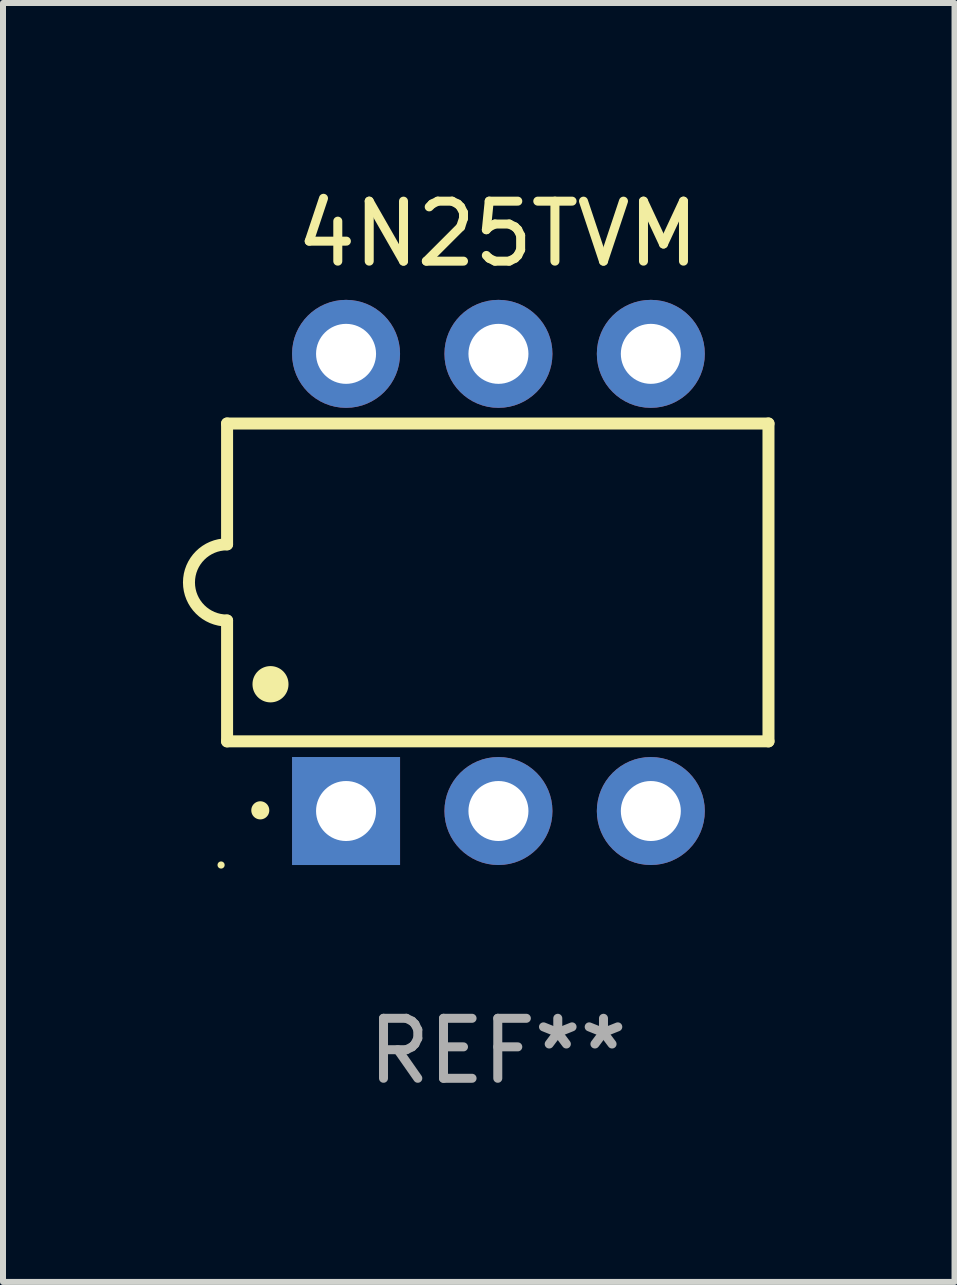
<source format=kicad_pcb>
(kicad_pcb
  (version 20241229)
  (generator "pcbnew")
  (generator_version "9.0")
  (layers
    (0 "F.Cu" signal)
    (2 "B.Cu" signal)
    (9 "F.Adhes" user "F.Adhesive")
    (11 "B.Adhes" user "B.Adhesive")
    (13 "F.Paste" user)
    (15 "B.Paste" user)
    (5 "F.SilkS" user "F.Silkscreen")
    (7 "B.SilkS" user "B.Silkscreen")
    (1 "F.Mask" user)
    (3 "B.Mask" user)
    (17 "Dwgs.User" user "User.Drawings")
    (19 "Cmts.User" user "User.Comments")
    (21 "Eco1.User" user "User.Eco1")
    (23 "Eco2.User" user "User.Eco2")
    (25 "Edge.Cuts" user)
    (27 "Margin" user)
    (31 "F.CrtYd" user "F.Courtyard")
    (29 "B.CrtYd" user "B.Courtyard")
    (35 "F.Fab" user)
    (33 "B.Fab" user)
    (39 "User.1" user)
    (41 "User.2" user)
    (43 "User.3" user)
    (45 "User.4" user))
  (footprint "4N25TVM"
    (layer "F.Cu")
    (at 5.247 6.658)
    (property "Reference" "4N25TVM" (at 0 -5.81 0) (layer "F.SilkS") (effects (font (size 1 1) (thickness 0.15))))
    (attr through_hole)
    (fp_line (start -4.512 -2.649) (end 4.512 -2.649) (stroke (width 0.2) (type solid)) (layer "F.SilkS"))
    (fp_line (start -4.512 -0.635) (end -4.512 -2.649) (stroke (width 0.2) (type solid)) (layer "F.SilkS"))
    (fp_line (start -4.512 2.649) (end -4.512 0.635) (stroke (width 0.2) (type solid)) (layer "F.SilkS"))
    (fp_line (start 4.512 -2.649) (end 4.512 2.649) (stroke (width 0.2) (type solid)) (layer "F.SilkS"))
    (fp_line (start 4.512 2.649) (end -4.512 2.649) (stroke (width 0.2) (type solid)) (layer "F.SilkS"))
    (fp_arc (start -4.512319 0.635001) (mid -5.14732 0) (end -4.512319 -0.635001) (stroke (width 0.2) (type solid)) (layer "F.SilkS"))
    (fp_arc (start -3.958598 3.799848) (mid -3.958603 3.798578) (end -3.958598 3.797308) (stroke (width 0.3) (type solid)) (layer "F.SilkS"))
    (fp_arc (start -3.788418 1.699263) (mid -3.788429 1.696723) (end -3.788418 1.694183) (stroke (width 0.6) (type solid)) (layer "F.SilkS"))
    (fp_circle (center -4.612 4.71) (end -4.582 4.71) (stroke (width 0.06) (type solid)) (fill no) (layer "F.SilkS"))
    (fp_text user "REF**" (at 0 7.81 0) (layer "F.Fab") (effects (font (size 1 1) (thickness 0.15))))
    (pad "1" thru_hole rect (at -2.529 3.81 90) (size 1.8 1.8) (drill 1) (layers "*.Cu" "*.Mask"))
    (pad "2" thru_hole circle (at 0.011 3.81) (size 1.8 1.8) (drill 1) (layers "*.Cu" "*.Mask"))
    (pad "3" thru_hole circle (at 2.551 3.81) (size 1.8 1.8) (drill 1) (layers "*.Cu" "*.Mask"))
    (pad "4" thru_hole circle (at 2.551 -3.81) (size 1.8 1.8) (drill 1) (layers "*.Cu" "*.Mask"))
    (pad "5" thru_hole circle (at 0.011 -3.81) (size 1.8 1.8) (drill 1) (layers "*.Cu" "*.Mask"))
    (pad "6" thru_hole circle (at -2.529 -3.81) (size 1.8 1.8) (drill 1) (layers "*.Cu" "*.Mask")))
  (gr_rect
    (start -3 -3)
    (end 12.86 18.317)
    (stroke (width 0.1) (type default))
    (fill no)
    (layer "Edge.Cuts")))
</source>
